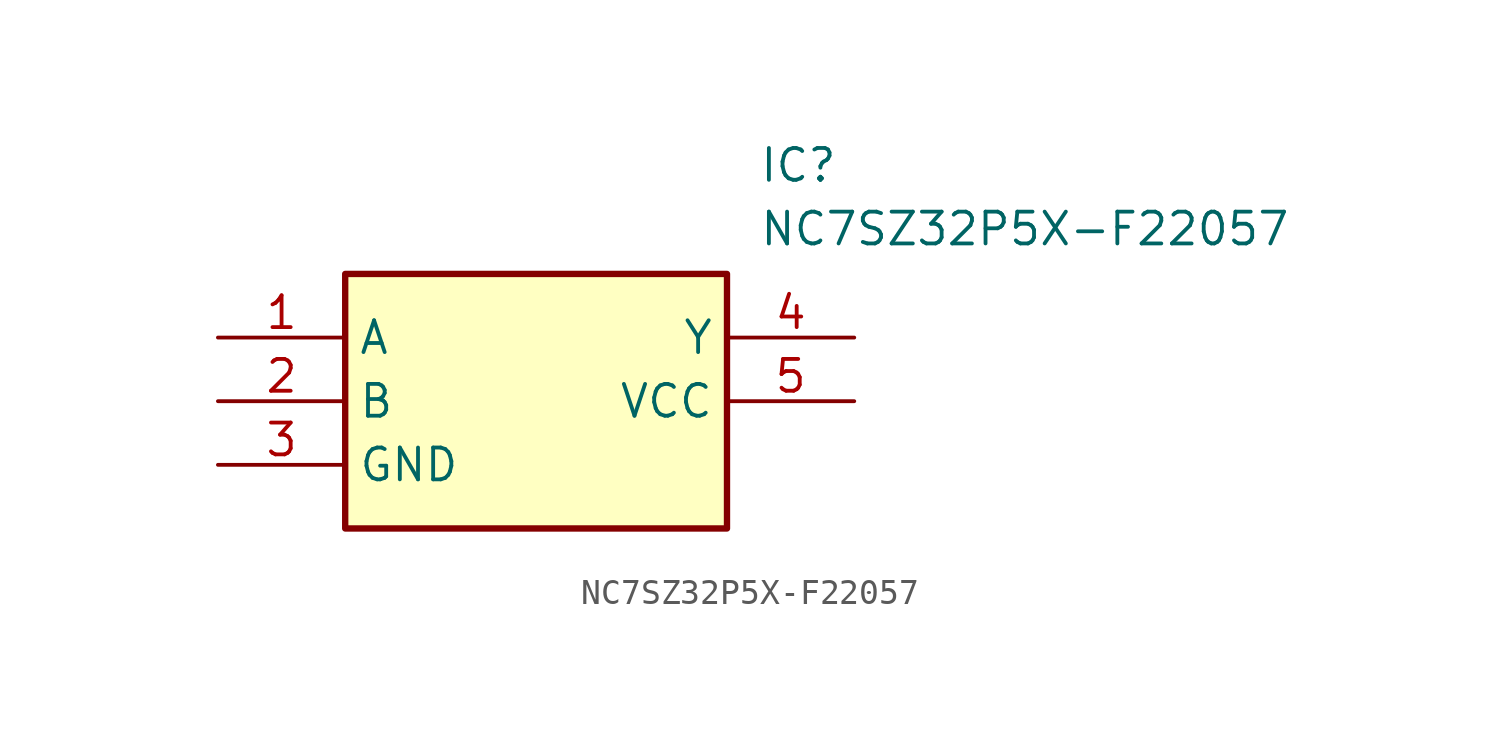
<source format=kicad_sym>
(kicad_symbol_lib
  (version 20211014)
  (generator SamacSys_ECAD_Model)
  (symbol "NC7SZ32P5X-F22057"
    (property "Reference" "IC"
      (at 21.59 7.62 0)
      (effects (font (size 1.27 1.27)) (justify left top)))
    (property "Value" "NC7SZ32P5X-F22057"
      (at 21.59 5.08 0)
      (effects (font (size 1.27 1.27)) (justify left top)))
    (rectangle
      (start 5.08 2.54)
      (end 20.32 -7.62)
      (stroke (width 0.254) (type default))
      (fill (type background)))
    (pin passive line
      (at 0 0 0)
      (length 5.08)
      (name "A" (effects (font (size 1.27 1.27))))
      (number "1" (effects (font (size 1.27 1.27)))))
    (pin passive line
      (at 0 -2.54 0)
      (length 5.08)
      (name "B" (effects (font (size 1.27 1.27))))
      (number "2" (effects (font (size 1.27 1.27)))))
    (pin passive line
      (at 0 -5.08 0)
      (length 5.08)
      (name "GND" (effects (font (size 1.27 1.27))))
      (number "3" (effects (font (size 1.27 1.27)))))
    (pin passive line
      (at 25.4 0 180)
      (length 5.08)
      (name "Y" (effects (font (size 1.27 1.27))))
      (number "4" (effects (font (size 1.27 1.27)))))
    (pin passive line
      (at 25.4 -2.54 180)
      (length 5.08)
      (name "VCC" (effects (font (size 1.27 1.27))))
      (number "5" (effects (font (size 1.27 1.27)))))))
</source>
